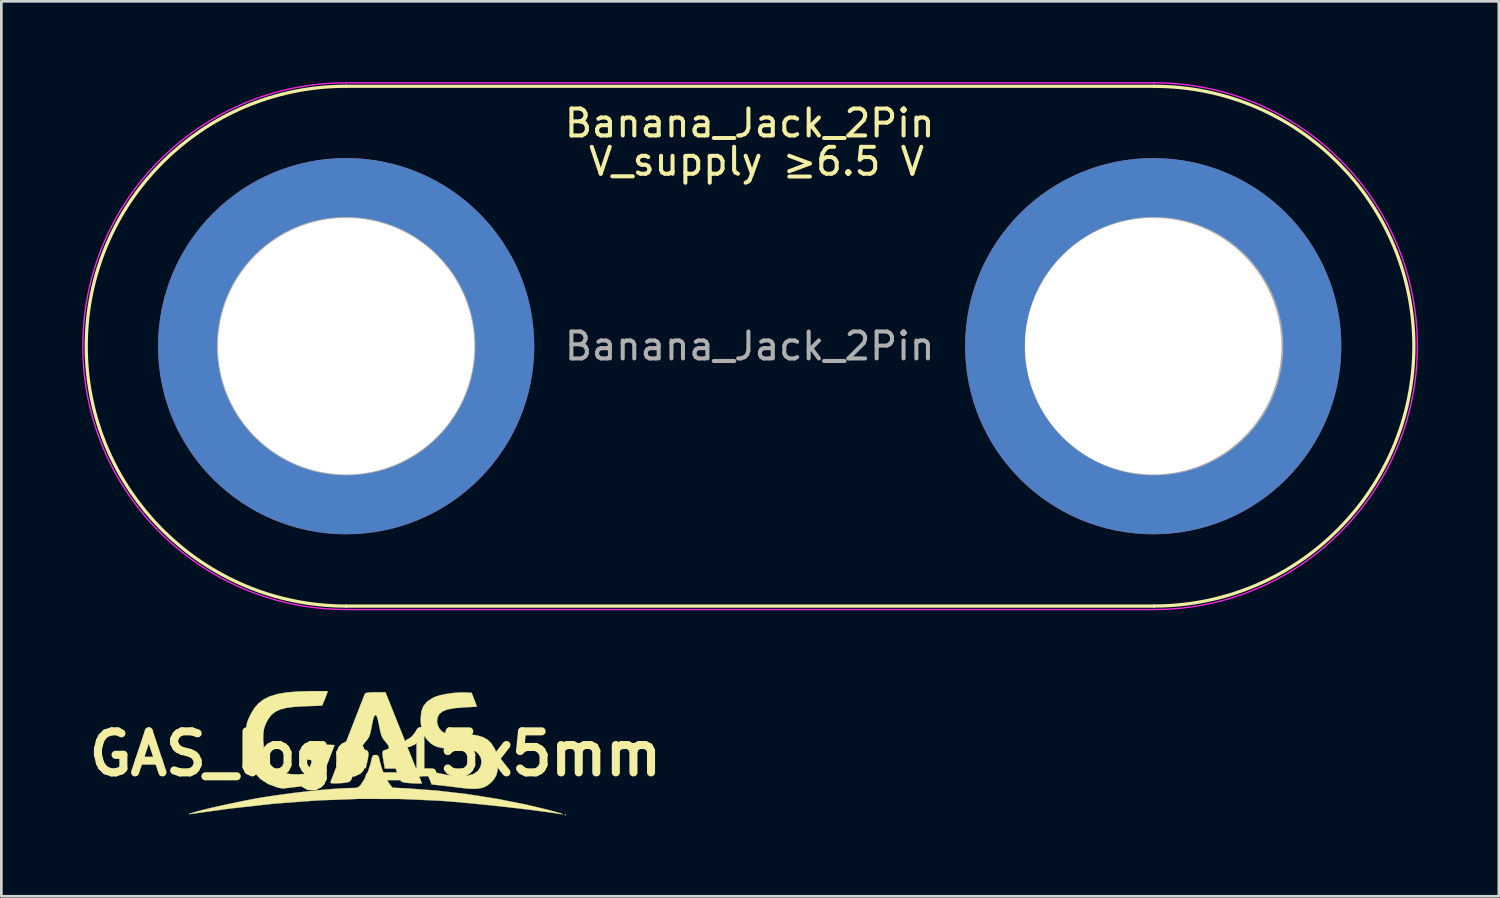
<source format=kicad_pcb>
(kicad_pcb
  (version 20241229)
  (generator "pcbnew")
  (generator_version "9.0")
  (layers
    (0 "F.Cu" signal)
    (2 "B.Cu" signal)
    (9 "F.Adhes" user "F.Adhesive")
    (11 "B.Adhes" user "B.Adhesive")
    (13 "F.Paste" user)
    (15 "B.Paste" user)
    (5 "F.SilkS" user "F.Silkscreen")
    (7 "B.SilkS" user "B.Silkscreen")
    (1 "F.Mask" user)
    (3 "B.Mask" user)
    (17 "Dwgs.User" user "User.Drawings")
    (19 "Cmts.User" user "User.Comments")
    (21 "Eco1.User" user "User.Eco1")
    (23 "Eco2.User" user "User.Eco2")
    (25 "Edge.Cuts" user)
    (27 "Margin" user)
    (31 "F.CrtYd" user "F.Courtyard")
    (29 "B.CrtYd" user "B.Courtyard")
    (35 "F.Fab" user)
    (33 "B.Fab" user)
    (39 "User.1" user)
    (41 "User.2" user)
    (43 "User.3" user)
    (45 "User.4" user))
  (footprint "Banana_Jack_2Pin"
    (layer "F.Cu")
    (at 9.804 9.805)
    (property "Reference" "Banana_Jack_2Pin" (at 14.986 -8.28 0) (layer "F.SilkS") (effects (font (size 1 1) (thickness 0.15))))
    (attr through_hole)
    (fp_line (start 0 9.652) (end 30 9.652) (stroke (width 0.12) (type solid)) (layer "F.SilkS"))
    (fp_line (start 17.221 -6.299) (end 16.459 -6.299) (stroke (width 0.15) (type solid)) (layer "F.SilkS"))
    (fp_line (start 30 -9.652) (end 0 -9.652) (stroke (width 0.12) (type solid)) (layer "F.SilkS"))
    (fp_arc (start 0 9.652) (mid -9.652 0) (end 0 -9.652) (stroke (width 0.12) (type solid)) (layer "F.SilkS"))
    (fp_arc (start 30 -9.65) (mid 39.65 0) (end 30 9.65) (stroke (width 0.12) (type solid)) (layer "F.SilkS"))
    (fp_line (start 0 9.779) (end 30 9.779) (stroke (width 0.05) (type solid)) (layer "F.CrtYd"))
    (fp_line (start 30 -9.779) (end 0 -9.779) (stroke (width 0.05) (type solid)) (layer "F.CrtYd"))
    (fp_arc (start 0 9.779) (mid -9.779 0) (end 0 -9.779) (stroke (width 0.05) (type solid)) (layer "F.CrtYd"))
    (fp_arc (start 30 -9.78) (mid 39.78 0) (end 30 9.78) (stroke (width 0.05) (type solid)) (layer "F.CrtYd"))
    (fp_circle (center 0 0) (end 2 0) (stroke (width 0.1) (type solid)) (fill no) (layer "F.Fab"))
    (fp_circle (center 0 0) (end 4.75 0) (stroke (width 0.1) (type solid)) (fill no) (layer "F.Fab"))
    (fp_circle (center 30 0) (end 32 0) (stroke (width 0.1) (type solid)) (fill no) (layer "F.Fab"))
    (fp_circle (center 30 0) (end 34.75 0) (stroke (width 0.1) (type solid)) (fill no) (layer "F.Fab"))
    (fp_text user "V_supply >6.5 V" (at 15.24 -6.858 0) (layer "F.SilkS") (effects (font (size 1 1) (thickness 0.15))))
    (fp_text user "${REFERENCE}" (at 14.985 0 0) (layer "F.Fab") (effects (font (size 1 1) (thickness 0.15))))
    (pad "1" thru_hole circle (at 0 0) (size 13.97 13.97) (drill 9.525) (layers "*.Cu" "*.Mask"))
    (pad "2" thru_hole circle (at 29.97 0) (size 13.97 13.97) (drill 9.525) (layers "*.Cu" "*.Mask")))
  (footprint "GAS_logo_15x5mm"
    (layer "F.Cu")
    (at 10.893 24.943)
    (property "Reference" "GAS_logo_15x5mm" (at 0 0 0) (layer "F.SilkS") (effects (font (size 1.524 1.524) (thickness 0.3))))
    (attr through_hole)
    (fp_poly (pts (xy 7.07 2.265) (xy 7.048 2.286) (xy 7.027 2.265) (xy 7.048 2.244) (xy 7.07 2.265)) (stroke (width 0.01) (type solid)) (fill yes) (layer "F.SilkS"))
    (fp_poly (pts (xy 0.067 0.049) (xy 0.108 0.083) (xy 0.138 0.164) (xy 0.164 0.286) (xy 0.234 0.538) (xy 0.34 0.799) (xy 0.465 1.032) (xy 0.529 1.126) (xy 0.629 1.257) (xy 1.214 1.286) (xy 2.278 1.365) (xy 3.378 1.492) (xy 4.483 1.666) (xy 5.565 1.879) (xy 6.329 2.06) (xy 6.578 2.125) (xy 6.768 2.178) (xy 6.893 2.217) (xy 6.95 2.24) (xy 6.935 2.246) (xy 6.842 2.234) (xy 6.816 2.229) (xy 6.554 2.187) (xy 6.222 2.141) (xy 5.833 2.09) (xy 5.401 2.037) (xy 4.941 1.984) (xy 4.465 1.932) (xy 3.988 1.882) (xy 3.524 1.837) (xy 3.087 1.796) (xy 2.69 1.763) (xy 2.349 1.739) (xy 0.871 1.675) (xy -0.638 1.673) (xy -2.183 1.732) (xy -3.771 1.852) (xy -5.407 2.033) (xy -6.342 2.161) (xy -6.551 2.191) (xy -6.73 2.216) (xy -6.861 2.233) (xy -6.929 2.241) (xy -6.934 2.241) (xy -6.913 2.229) (xy -6.827 2.199) (xy -6.697 2.16) (xy -6.689 2.157) (xy -6.48 2.101) (xy -6.206 2.033) (xy -5.886 1.959) (xy -5.537 1.881) (xy -5.177 1.805) (xy -4.826 1.734) (xy -4.501 1.671) (xy -4.297 1.635) (xy -3.901 1.571) (xy -3.471 1.509) (xy -3.023 1.451) (xy -2.571 1.398) (xy -2.132 1.352) (xy -1.72 1.315) (xy -1.351 1.288) (xy -1.041 1.273) (xy -0.883 1.27) (xy -0.74 1.266) (xy -0.651 1.245) (xy -0.586 1.196) (xy -0.534 1.132) (xy -0.399 0.917) (xy -0.278 0.657) (xy -0.188 0.388) (xy -0.164 0.286) (xy -0.134 0.149) (xy -0.103 0.076) (xy -0.059 0.047) (xy 0 0.042) (xy 0.067 0.049)) (stroke (width 0.01) (type solid)) (fill yes) (layer "F.SilkS"))
    (fp_poly (pts (xy 1.05 -0.593) (xy 1.728 1.101) (xy 1.526 1.101) (xy 1.351 1.094) (xy 1.169 1.079) (xy 1.131 1.074) (xy 1.024 1.056) (xy 0.958 1.025) (xy 0.91 0.96) (xy 0.861 0.842) (xy 0.845 0.799) (xy 0.752 0.55) (xy 0.347 0.55) (xy 0.301 0.282) (xy 0.27 0.098) (xy 0.259 -0.02) (xy 0.27 -0.089) (xy 0.306 -0.125) (xy 0.371 -0.146) (xy 0.381 -0.148) (xy 0.475 -0.185) (xy 0.5 -0.246) (xy 0.458 -0.34) (xy 0.363 -0.456) (xy 0.281 -0.561) (xy 0.224 -0.675) (xy 0.18 -0.828) (xy 0.154 -0.954) (xy 0.111 -1.171) (xy 0.075 -1.317) (xy 0.044 -1.401) (xy 0.013 -1.436) (xy 0 -1.439) (xy -0.033 -1.419) (xy -0.065 -1.35) (xy -0.099 -1.223) (xy -0.138 -1.025) (xy -0.15 -0.959) (xy -0.189 -0.773) (xy -0.233 -0.642) (xy -0.296 -0.537) (xy -0.359 -0.461) (xy -0.464 -0.331) (xy -0.501 -0.24) (xy -0.47 -0.182) (xy -0.381 -0.148) (xy -0.307 -0.121) (xy -0.267 -0.068) (xy -0.258 0.024) (xy -0.279 0.172) (xy -0.311 0.318) (xy -0.36 0.529) (xy -0.558 0.542) (xy -0.756 0.555) (xy -0.837 0.796) (xy -0.886 0.931) (xy -0.93 1.007) (xy -0.991 1.045) (xy -1.083 1.066) (xy -1.229 1.085) (xy -1.402 1.096) (xy -1.47 1.098) (xy -1.598 1.097) (xy -1.658 1.085) (xy -1.67 1.053) (xy -1.654 1.005) (xy -1.624 0.927) (xy -1.568 0.784) (xy -1.492 0.587) (xy -1.398 0.347) (xy -1.292 0.073) (xy -1.176 -0.224) (xy -1.056 -0.533) (xy -0.934 -0.845) (xy -0.816 -1.149) (xy -0.704 -1.435) (xy -0.604 -1.693) (xy -0.519 -1.911) (xy -0.452 -2.081) (xy -0.409 -2.192) (xy -0.393 -2.233) (xy -0.346 -2.262) (xy -0.228 -2.279) (xy -0.033 -2.286) (xy 0.000093 -2.286) (xy 0.372 -2.286) (xy 1.05 -0.593)) (stroke (width 0.01) (type solid)) (fill yes) (layer "F.SilkS"))
    (fp_poly (pts (xy -1.802 -2.233) (xy -1.838 -2.134) (xy -1.89 -2.003) (xy -1.907 -1.964) (xy -1.982 -1.79) (xy -2.631 -1.767) (xy -3.002 -1.746) (xy -3.3 -1.708) (xy -3.536 -1.647) (xy -3.722 -1.56) (xy -3.867 -1.442) (xy -3.984 -1.286) (xy -4.058 -1.148) (xy -4.114 -1.012) (xy -4.148 -0.886) (xy -4.164 -0.737) (xy -4.168 -0.536) (xy -4.168 -0.529) (xy -4.14 -0.158) (xy -4.057 0.149) (xy -3.919 0.393) (xy -3.723 0.575) (xy -3.47 0.695) (xy -3.159 0.755) (xy -2.98 0.762) (xy -2.819 0.758) (xy -2.684 0.749) (xy -2.605 0.735) (xy -2.603 0.735) (xy -2.547 0.682) (xy -2.482 0.577) (xy -2.421 0.451) (xy -2.38 0.332) (xy -2.371 0.272) (xy -2.395 0.235) (xy -2.477 0.216) (xy -2.608 0.212) (xy -2.75 0.206) (xy -2.818 0.187) (xy -2.825 0.159) (xy -2.8 0.091) (xy -2.758 -0.026) (xy -2.726 -0.116) (xy -2.647 -0.339) (xy -2.086 -0.339) (xy -1.879 -0.337) (xy -1.706 -0.334) (xy -1.583 -0.329) (xy -1.526 -0.323) (xy -1.524 -0.322) (xy -1.538 -0.278) (xy -1.578 -0.171) (xy -1.637 -0.016) (xy -1.708 0.171) (xy -1.787 0.375) (xy -1.867 0.582) (xy -1.943 0.775) (xy -2.007 0.939) (xy -2.056 1.059) (xy -2.081 1.12) (xy -2.084 1.124) (xy -2.128 1.132) (xy -2.241 1.148) (xy -2.409 1.168) (xy -2.616 1.192) (xy -2.731 1.205) (xy -2.955 1.23) (xy -3.151 1.253) (xy -3.301 1.271) (xy -3.391 1.284) (xy -3.408 1.287) (xy -3.471 1.284) (xy -3.583 1.263) (xy -3.641 1.249) (xy -3.988 1.12) (xy -4.275 0.933) (xy -4.5 0.688) (xy -4.61 0.504) (xy -4.717 0.252) (xy -4.785 -0.006) (xy -4.818 -0.293) (xy -4.819 -0.635) (xy -4.817 -0.685) (xy -4.807 -0.896) (xy -4.79 -1.05) (xy -4.762 -1.175) (xy -4.717 -1.298) (xy -4.646 -1.447) (xy -4.641 -1.458) (xy -4.508 -1.684) (xy -4.348 -1.871) (xy -4.154 -2.021) (xy -3.917 -2.138) (xy -3.63 -2.224) (xy -3.284 -2.282) (xy -2.872 -2.316) (xy -2.387 -2.328) (xy -2.336 -2.328) (xy -1.772 -2.328) (xy -1.802 -2.233)) (stroke (width 0.01) (type solid)) (fill yes) (layer "F.SilkS"))
    (fp_poly (pts (xy 3.346 -2.278) (xy 3.572 -2.265) (xy 3.67 -2.012) (xy 3.72 -1.882) (xy 3.755 -1.789) (xy 3.768 -1.754) (xy 3.728 -1.75) (xy 3.62 -1.743) (xy 3.46 -1.734) (xy 3.265 -1.723) (xy 3.256 -1.723) (xy 2.927 -1.695) (xy 2.674 -1.647) (xy 2.49 -1.574) (xy 2.369 -1.473) (xy 2.303 -1.34) (xy 2.286 -1.194) (xy 2.313 -1.061) (xy 2.382 -0.928) (xy 2.473 -0.826) (xy 2.549 -0.787) (xy 2.628 -0.778) (xy 2.771 -0.767) (xy 2.958 -0.756) (xy 3.17 -0.746) (xy 3.175 -0.746) (xy 3.52 -0.723) (xy 3.794 -0.68) (xy 4.008 -0.613) (xy 4.175 -0.516) (xy 4.307 -0.384) (xy 4.416 -0.21) (xy 4.431 -0.179) (xy 4.498 -0.025) (xy 4.534 0.115) (xy 4.547 0.281) (xy 4.548 0.381) (xy 4.534 0.616) (xy 4.488 0.796) (xy 4.401 0.946) (xy 4.29 1.067) (xy 4.163 1.171) (xy 4.027 1.243) (xy 3.868 1.286) (xy 3.672 1.301) (xy 3.425 1.291) (xy 3.112 1.257) (xy 3.048 1.249) (xy 2.831 1.22) (xy 2.606 1.193) (xy 2.413 1.171) (xy 2.366 1.166) (xy 2.086 1.138) (xy 1.977 0.861) (xy 1.927 0.723) (xy 1.906 0.632) (xy 1.917 0.604) (xy 1.918 0.605) (xy 1.979 0.623) (xy 2.102 0.657) (xy 2.263 0.699) (xy 2.349 0.721) (xy 2.647 0.781) (xy 2.943 0.814) (xy 3.221 0.821) (xy 3.459 0.799) (xy 3.639 0.75) (xy 3.653 0.744) (xy 3.807 0.63) (xy 3.902 0.479) (xy 3.937 0.309) (xy 3.91 0.141) (xy 3.818 -0.007) (xy 3.74 -0.072) (xy 3.674 -0.104) (xy 3.582 -0.128) (xy 3.447 -0.147) (xy 3.256 -0.161) (xy 3.008 -0.173) (xy 2.708 -0.189) (xy 2.478 -0.215) (xy 2.3 -0.254) (xy 2.16 -0.313) (xy 2.042 -0.396) (xy 1.929 -0.509) (xy 1.916 -0.523) (xy 1.789 -0.707) (xy 1.712 -0.922) (xy 1.679 -1.186) (xy 1.677 -1.291) (xy 1.701 -1.561) (xy 1.778 -1.773) (xy 1.917 -1.94) (xy 2.128 -2.077) (xy 2.211 -2.116) (xy 2.385 -2.173) (xy 2.615 -2.222) (xy 2.873 -2.259) (xy 3.129 -2.278) (xy 3.346 -2.278)) (stroke (width 0.01) (type solid)) (fill yes) (layer "F.SilkS")))
  (gr_rect
    (start -3 -3)
    (end 52.609 30.234)
    (stroke (width 0.1) (type default))
    (fill no)
    (layer "Edge.Cuts")))
</source>
